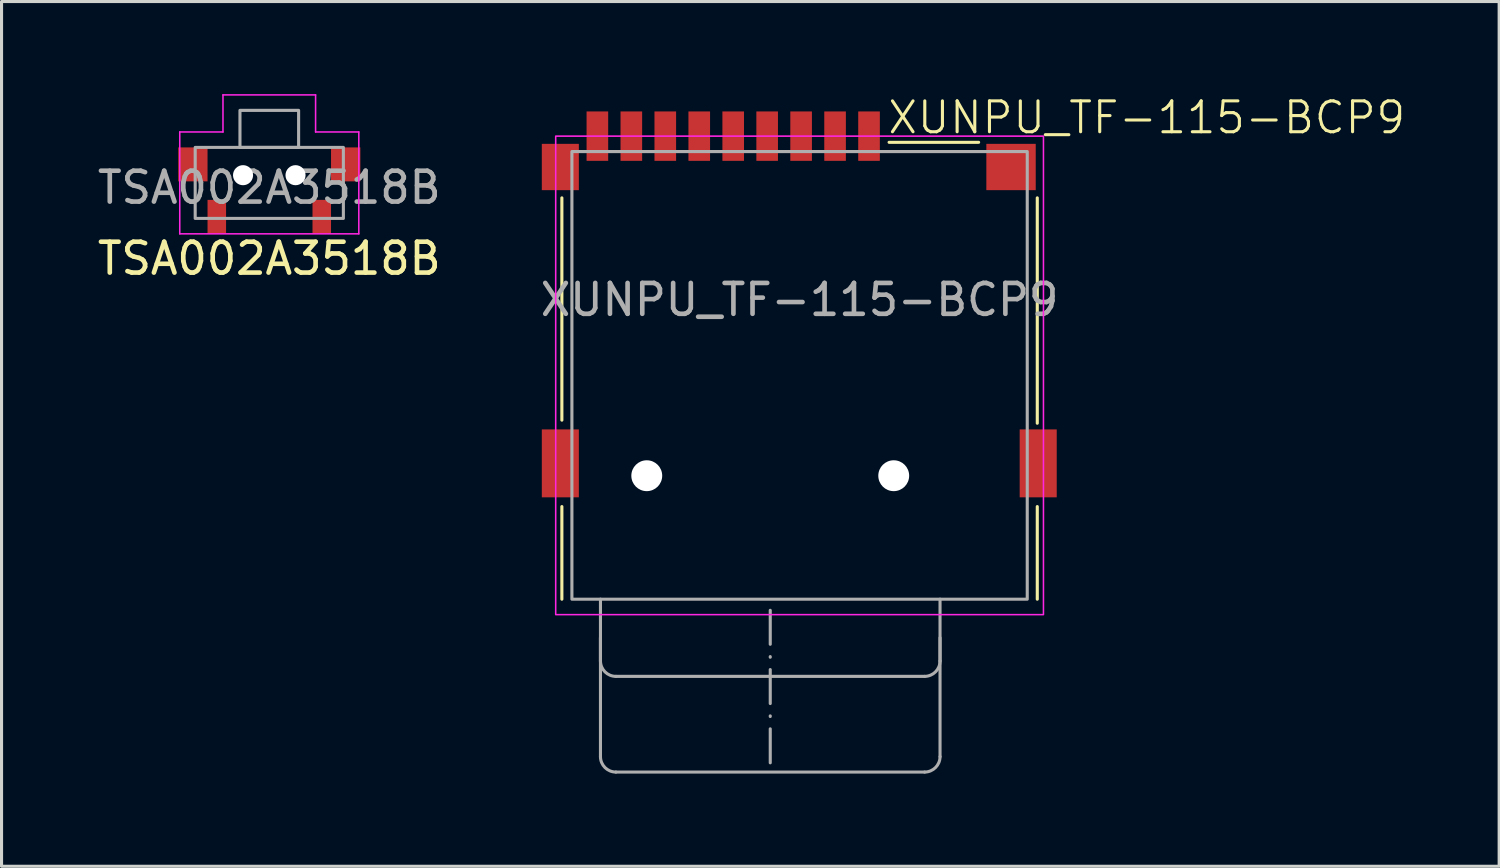
<source format=kicad_pcb>
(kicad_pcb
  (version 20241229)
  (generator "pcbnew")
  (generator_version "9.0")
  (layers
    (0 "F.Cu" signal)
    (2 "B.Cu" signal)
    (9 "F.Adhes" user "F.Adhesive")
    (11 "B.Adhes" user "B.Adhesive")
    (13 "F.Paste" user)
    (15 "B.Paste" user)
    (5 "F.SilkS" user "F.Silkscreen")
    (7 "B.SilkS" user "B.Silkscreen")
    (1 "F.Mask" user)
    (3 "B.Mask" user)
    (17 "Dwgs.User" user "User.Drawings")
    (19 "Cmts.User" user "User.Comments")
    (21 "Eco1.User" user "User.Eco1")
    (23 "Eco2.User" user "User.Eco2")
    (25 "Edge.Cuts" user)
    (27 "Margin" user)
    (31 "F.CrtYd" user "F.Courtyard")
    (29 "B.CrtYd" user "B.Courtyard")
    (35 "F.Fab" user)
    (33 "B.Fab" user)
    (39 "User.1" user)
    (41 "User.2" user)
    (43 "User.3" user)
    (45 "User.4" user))
  (footprint "TSA002A3518B"
    (layer "F.Cu")
    (at 5.673 3.125)
    (property "Reference" "TSA002A3518B" (at 0 2.2 0) (unlocked yes) (layer "F.SilkS") (effects (font (size 1 1) (thickness 0.15))))
    (attr smd)
    (fp_line (start -2.9 -1.9) (end -2.9 1.4) (stroke (width 0.05) (type default)) (layer "F.CrtYd"))
    (fp_line (start -2.9 1.4) (end 2.9 1.4) (stroke (width 0.05) (type default)) (layer "F.CrtYd"))
    (fp_line (start -1.5 -3.1) (end -1.5 -1.9) (stroke (width 0.05) (type default)) (layer "F.CrtYd"))
    (fp_line (start -1.5 -1.9) (end -2.9 -1.9) (stroke (width 0.05) (type default)) (layer "F.CrtYd"))
    (fp_line (start 1.5 -3.1) (end -1.5 -3.1) (stroke (width 0.05) (type default)) (layer "F.CrtYd"))
    (fp_line (start 1.5 -1.9) (end 1.5 -3.1) (stroke (width 0.05) (type default)) (layer "F.CrtYd"))
    (fp_line (start 2.9 -1.9) (end 1.5 -1.9) (stroke (width 0.05) (type default)) (layer "F.CrtYd"))
    (fp_line (start 2.9 1.4) (end 2.9 -1.9) (stroke (width 0.05) (type default)) (layer "F.CrtYd"))
    (fp_rect (start -2.4 -1.4) (end 2.4 0.9) (stroke (width 0.1) (type default)) (fill no) (layer "F.Fab"))
    (fp_rect (start -0.95 -2.6) (end 0.95 -1.4) (stroke (width 0.1) (type default)) (fill no) (layer "F.Fab"))
    (fp_text user "${REFERENCE}" (at 0 -0.1 0) (unlocked yes) (layer "F.Fab") (effects (font (size 1 1) (thickness 0.15))))
    (pad "" smd rect (at -2.475 -0.85) (size 0.95 1.1) (layers "F.Cu" "F.Mask" "F.Paste"))
    (pad "" np_thru_hole circle (at -0.85 -0.5) (size 0.65 0.65) (drill 0.65) (layers "*.Cu" "*.Mask"))
    (pad "" np_thru_hole circle (at 0.85 -0.5) (size 0.65 0.65) (drill 0.65) (layers "*.Cu" "*.Mask"))
    (pad "" smd rect (at 2.475 -0.85) (size 0.95 1.1) (layers "F.Cu" "F.Mask" "F.Paste"))
    (pad "1" smd rect (at -1.7 0.85) (size 0.6 1.1) (layers "F.Cu" "F.Mask" "F.Paste"))
    (pad "2" smd rect (at 1.7 0.85) (size 0.6 1.1) (layers "F.Cu" "F.Mask" "F.Paste")))
  (footprint "XUNPU_TF-115-BCP9"
    (layer "F.Cu")
    (at 22.851 6.66)
    (property "Reference" "XUNPU_TF-115-BCP9" (at 2.8 -5.9 0) (unlocked yes) (layer "F.SilkS") (effects (font (size 1 1) (thickness 0.1)) (justify left)))
    (attr smd)
    (fp_line (start -7.7 3.9) (end -7.7 -3.3) (stroke (width 0.1) (type default)) (layer "F.SilkS"))
    (fp_line (start -7.7 6.7) (end -7.7 9.7) (stroke (width 0.1) (type default)) (layer "F.SilkS"))
    (fp_line (start 2.9 -5.1) (end 5.8 -5.1) (stroke (width 0.1) (type default)) (layer "F.SilkS"))
    (fp_line (start 7.7 4) (end 7.7 -3.3) (stroke (width 0.1) (type default)) (layer "F.SilkS"))
    (fp_line (start 7.7 6.7) (end 7.7 9.7) (stroke (width 0.1) (type default)) (layer "F.SilkS"))
    (fp_rect (start -7.9 -5.3) (end 7.9 10.2) (stroke (width 0.05) (type default)) (fill no) (layer "F.CrtYd"))
    (fp_line (start -6.45 9.7) (end -6.45 11.7) (stroke (width 0.1) (type solid)) (layer "F.Fab"))
    (fp_line (start -6.45 10.95) (end -6.45 14.8) (stroke (width 0.1) (type solid)) (layer "F.Fab"))
    (fp_line (start -5.95 12.2) (end 4.05 12.2) (stroke (width 0.1) (type solid)) (layer "F.Fab"))
    (fp_line (start -5.95 15.3) (end 4.05 15.3) (stroke (width 0.1) (type solid)) (layer "F.Fab"))
    (fp_line (start -0.95 15) (end -0.95 10) (stroke (width 0.1) (type dash_dot)) (layer "F.Fab"))
    (fp_line (start 4.55 11.7) (end 4.55 9.7) (stroke (width 0.1) (type solid)) (layer "F.Fab"))
    (fp_line (start 4.55 14.8) (end 4.55 10.95) (stroke (width 0.1) (type solid)) (layer "F.Fab"))
    (fp_rect (start -7.375 -4.8) (end 7.375 9.7) (stroke (width 0.1) (type default)) (fill no) (layer "F.Fab"))
    (fp_arc (start -5.95 12.2) (mid -6.303553 12.053553) (end -6.45 11.7) (stroke (width 0.1) (type solid)) (layer "F.Fab"))
    (fp_arc (start -5.95 15.3) (mid -6.303553 15.153553) (end -6.45 14.8) (stroke (width 0.1) (type solid)) (layer "F.Fab"))
    (fp_arc (start 4.55 11.7) (mid 4.403555 12.053556) (end 4.05 12.2) (stroke (width 0.1) (type solid)) (layer "F.Fab"))
    (fp_arc (start 4.55 14.8) (mid 4.403555 15.153556) (end 4.05 15.3) (stroke (width 0.1) (type solid)) (layer "F.Fab"))
    (fp_text user "${REFERENCE}" (at 0 0 0) (unlocked yes) (layer "F.Fab") (effects (font (size 1 1) (thickness 0.15))))
    (pad "" np_thru_hole circle (at -4.95 5.7) (size 1 1) (drill 1) (layers "*.Cu" "*.Mask"))
    (pad "" np_thru_hole circle (at 3.05 5.7) (size 1 1) (drill 1) (layers "*.Cu" "*.Mask"))
    (pad "1" smd rect (at 2.25 -5.3) (size 0.7 1.6) (layers "F.Cu" "F.Mask" "F.Paste"))
    (pad "2" smd rect (at 1.15 -5.3) (size 0.7 1.6) (layers "F.Cu" "F.Mask" "F.Paste"))
    (pad "3" smd rect (at 0.05 -5.3) (size 0.7 1.6) (layers "F.Cu" "F.Mask" "F.Paste"))
    (pad "4" smd rect (at -1.05 -5.3) (size 0.7 1.6) (layers "F.Cu" "F.Mask" "F.Paste"))
    (pad "5" smd rect (at -2.15 -5.3) (size 0.7 1.6) (layers "F.Cu" "F.Mask" "F.Paste"))
    (pad "6" smd rect (at -3.25 -5.3) (size 0.7 1.6) (layers "F.Cu" "F.Mask" "F.Paste"))
    (pad "7" smd rect (at -4.35 -5.3) (size 0.7 1.6) (layers "F.Cu" "F.Mask" "F.Paste"))
    (pad "8" smd rect (at -5.45 -5.3) (size 0.7 1.6) (layers "F.Cu" "F.Mask" "F.Paste"))
    (pad "9" smd rect (at -6.55 -5.3) (size 0.7 1.6) (layers "F.Cu" "F.Mask" "F.Paste"))
    (pad "10" smd rect (at -7.75 -4.3) (size 1.2 1.5) (layers "F.Cu" "F.Mask" "F.Paste"))
    (pad "10" smd rect (at -7.75 5.3) (size 1.2 2.2) (layers "F.Cu" "F.Mask" "F.Paste"))
    (pad "10" smd rect (at 6.85 -4.3) (size 1.6 1.5) (layers "F.Cu" "F.Mask" "F.Paste"))
    (pad "10" smd rect (at 7.73 5.3) (size 1.2 2.2) (layers "F.Cu" "F.Mask" "F.Paste")))
  (gr_rect
    (start -3 -3)
    (end 45.513 25.011)
    (stroke (width 0.1) (type default))
    (fill no)
    (layer "Edge.Cuts")))
</source>
